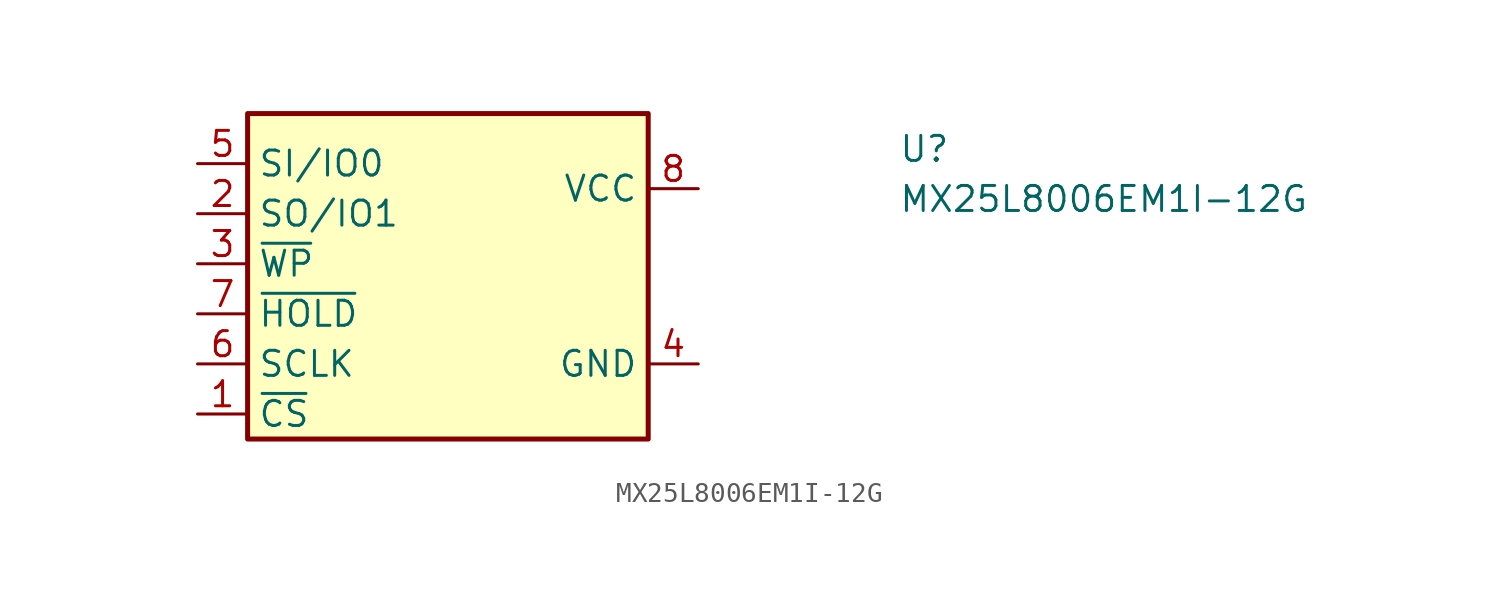
<source format=kicad_sym>
(kicad_symbol_lib
  (version 20211014)
  (generator kicad_symbol_editor)
  (symbol "MX25L8006EM1I-12G"
    (property "Reference" "U"
      (at 35.56 0 0)
      (effects (font (size 1.27 1.27) (thickness 0.15)) (justify left bottom)))
    (property "Value" "MX25L8006EM1I-12G"
      (at 35.56 -2.54 0)
      (effects (font (size 1.27 1.27) (thickness 0.15)) (justify left bottom)))
    (symbol "MX25L8006EM1I-12G_0_1"
      (rectangle (start 2.54 2.54) (end 22.86 -13.97) (stroke (width 0.254) (type default) (color 0 0 0 0)) (fill (type background))))
    (symbol "MX25L8006EM1I-12G_1_1"
      (pin input line (at 0 -12.7 0) (length 2.54) (name "~{CS}" (effects (font (size 1.27 1.27)))) (number "1" (effects (font (size 1.27 1.27)))))
      (pin input line (at 0 -2.54 0) (length 2.54) (name "SO/IO1" (effects (font (size 1.27 1.27)))) (number "2" (effects (font (size 1.27 1.27)))))
      (pin input line (at 0 -5.08 0) (length 2.54) (name "~{WP}" (effects (font (size 1.27 1.27)))) (number "3" (effects (font (size 1.27 1.27)))))
      (pin power_in line (at 25.4 -10.16 180) (length 2.54) (name "GND" (effects (font (size 1.27 1.27)))) (number "4" (effects (font (size 1.27 1.27)))))
      (pin input line (at 0 0 0) (length 2.54) (name "SI/IO0" (effects (font (size 1.27 1.27)))) (number "5" (effects (font (size 1.27 1.27)))))
      (pin input line (at 0 -10.16 0) (length 2.54) (name "SCLK" (effects (font (size 1.27 1.27)))) (number "6" (effects (font (size 1.27 1.27)))))
      (pin input line (at 0 -7.62 0) (length 2.54) (name "~{HOLD}" (effects (font (size 1.27 1.27)))) (number "7" (effects (font (size 1.27 1.27)))))
      (pin power_in line (at 25.4 -1.27 180) (length 2.54) (name "VCC" (effects (font (size 1.27 1.27)))) (number "8" (effects (font (size 1.27 1.27))))))))
</source>
